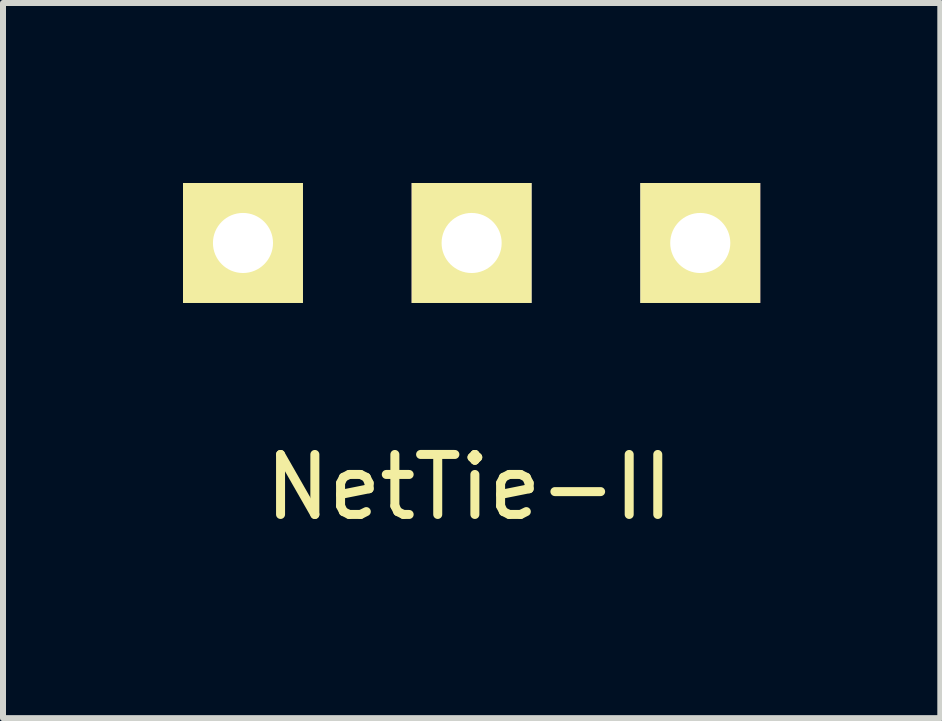
<source format=kicad_pcb>
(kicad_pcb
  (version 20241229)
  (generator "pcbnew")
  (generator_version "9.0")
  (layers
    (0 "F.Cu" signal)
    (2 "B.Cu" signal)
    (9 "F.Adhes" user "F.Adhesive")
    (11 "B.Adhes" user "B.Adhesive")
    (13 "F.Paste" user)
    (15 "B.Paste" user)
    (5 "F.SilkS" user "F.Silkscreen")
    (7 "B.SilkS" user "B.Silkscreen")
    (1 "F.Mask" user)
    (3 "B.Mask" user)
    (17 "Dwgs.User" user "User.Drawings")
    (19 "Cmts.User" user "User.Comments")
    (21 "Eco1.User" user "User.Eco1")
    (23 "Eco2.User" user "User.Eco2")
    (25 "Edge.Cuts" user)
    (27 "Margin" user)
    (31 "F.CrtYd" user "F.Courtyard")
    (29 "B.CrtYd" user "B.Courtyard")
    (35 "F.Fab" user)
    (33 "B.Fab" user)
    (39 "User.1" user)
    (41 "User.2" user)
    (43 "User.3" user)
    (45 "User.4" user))
  (footprint "NetTie-II"
    (layer "F.Cu")
    (at 4.809 0.999)
    (property "Reference" "NetTie-II" (at -0.041 4.069 0) (layer "F.SilkS") (effects (font (size 1 1) (thickness 0.15))))
    (attr through_hole)
    (pad "1" thru_hole rect (at -3.81 0) (size 1.999 1.999) (drill 1.001) (layers "*.Cu" "*.Mask" "F.SilkS"))
    (pad "2" thru_hole rect (at 0 0) (size 1.999 1.999) (drill 1.001) (layers "*.Cu" "*.Mask" "F.SilkS"))
    (pad "3" thru_hole rect (at 3.81 0) (size 1.999 1.999) (drill 1.001) (layers "*.Cu" "*.Mask" "F.SilkS")))
  (gr_rect
    (start -3 -3)
    (end 12.619 8.917)
    (stroke (width 0.1) (type default))
    (fill no)
    (layer "Edge.Cuts")))
</source>
